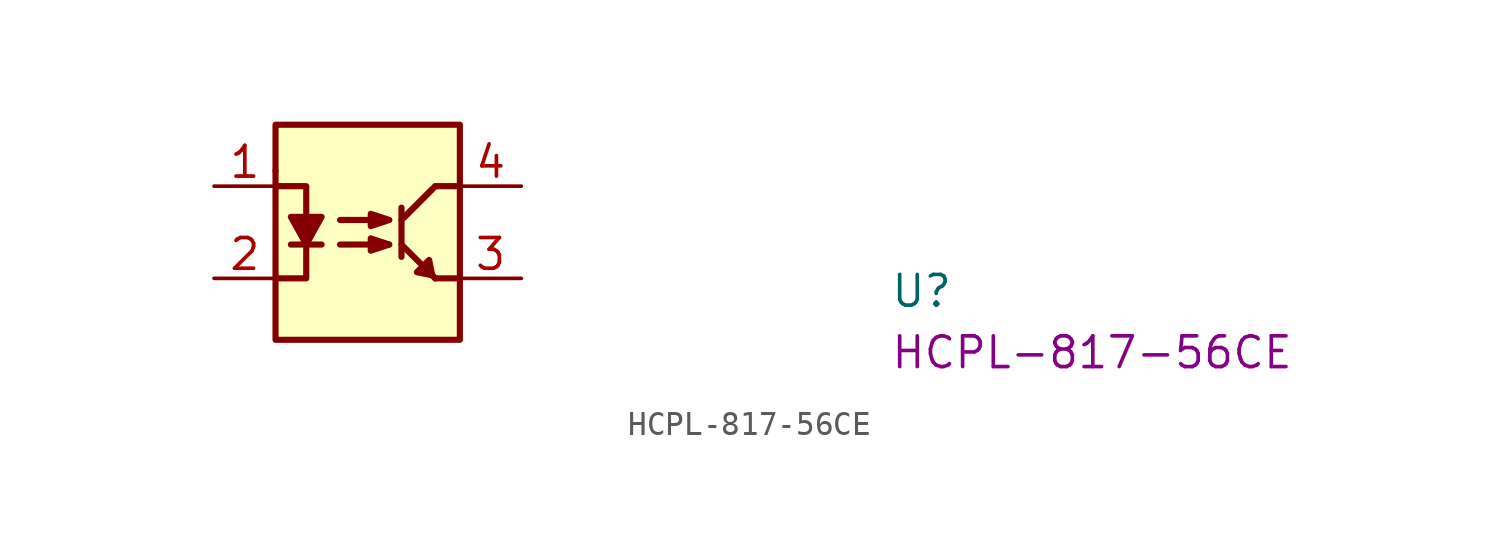
<source format=kicad_sym>
(kicad_symbol_lib
  (version 20220914)
  (generator kicad_symbol_editor)
  (symbol "HCPL-817-56CE"
    (property "Reference" "U"
      (at 27.94 -5.08 0)
      (effects (font (size 1.27 1.27) (thickness 0.15)) (justify left bottom)))
    (property "MPN" "HCPL-817-56CE"
      (at 27.94 -7.62 0)
      (effects (font (size 1.27 1.27) (thickness 0.15)) (justify left bottom)))
    (symbol "HCPL-817-56CE_1_1"
      (polyline (pts (xy 3.175 -2.413) (xy 4.445 -2.413)) (stroke (width 0.254) (type default)) (fill (type background)))
      (polyline (pts (xy 5.207 -2.413) (xy 7.239 -2.413)) (stroke (width 0.254) (type default)) (fill (type background)))
      (polyline (pts (xy 5.207 -1.397) (xy 7.239 -1.397)) (stroke (width 0.254) (type default)) (fill (type background)))
      (polyline (pts (xy 7.747 -0.889) (xy 7.747 -2.921)) (stroke (width 0.254) (type default)) (fill (type background)))
      (polyline (pts (xy 9.017 -3.683) (xy 7.747 -2.413)) (stroke (width 0.254) (type default)) (fill (type background)))
      (polyline (pts (xy 9.017 -0.127) (xy 7.747 -1.397)) (stroke (width 0.254) (type default)) (fill (type background)))
      (polyline (pts (xy 9.144 -3.81) (xy 8.89 -3.556)) (stroke (width 0.254) (type default)) (fill (type background)))
      (polyline (pts (xy 9.144 -3.81) (xy 8.89 -3.556)) (stroke (width 0.254) (type default)) (fill (type background)))
      (polyline (pts (xy 9.144 0) (xy 7.874 -1.27)) (stroke (width 0.254) (type default)) (fill (type background)))
      (polyline (pts (xy 10.16 -3.81) (xy 9.144 -3.81)) (stroke (width 0.254) (type default)) (fill (type background)))
      (polyline (pts (xy 10.16 0) (xy 9.144 0)) (stroke (width 0.254) (type default)) (fill (type background)))
      (polyline (pts (xy 2.54 -3.81) (xy 3.81 -3.81) (xy 3.81 -2.54)) (stroke (width 0.254) (type default)) (fill (type background)))
      (polyline (pts (xy 2.54 0) (xy 3.81 0) (xy 3.81 -1.27)) (stroke (width 0.254) (type default)) (fill (type background)))
      (polyline (pts (xy 3.175 -1.27) (xy 4.445 -1.27) (xy 3.81 -2.413) (xy 3.175 -1.27)) (stroke (width 0.254) (type default)) (fill (type outline)))
      (polyline (pts (xy 6.477 -2.159) (xy 6.477 -2.159) (xy 6.477 -2.667) (xy 7.239 -2.413) (xy 6.477 -2.159) (xy 6.477 -2.159)) (stroke (width 0.254) (type default)) (fill (type background)))
      (polyline (pts (xy 6.477 -1.143) (xy 6.477 -1.143) (xy 6.477 -1.651) (xy 7.239 -1.397) (xy 6.477 -1.143) (xy 6.477 -1.143)) (stroke (width 0.254) (type default)) (fill (type background)))
      (polyline (pts (xy 9.017 -3.683) (xy 9.017 -3.683) (xy 8.89 -3.048) (xy 8.382 -3.556) (xy 9.017 -3.683) (xy 9.017 -3.683)) (stroke (width 0.254) (type default)) (fill (type background)))
      (rectangle (start 2.54 0.635) (end 2.54 0.635) (stroke (width 0.254) (type default)) (fill (type background)))
      (rectangle (start 2.54 2.54) (end 10.16 -6.35) (stroke (width 0.254) (type default)) (fill (type background)))
      (pin passive line (at 0 0 0) (length 2.54) (name "~" (effects (font (size 1.27 1.27)))) (number "1" (effects (font (size 1.27 1.27)))))
      (pin passive line (at 0 -3.81 0) (length 2.54) (name "~" (effects (font (size 1.27 1.27)))) (number "2" (effects (font (size 1.27 1.27)))))
      (pin passive line (at 12.7 -3.81 180) (length 2.54) (name "~" (effects (font (size 1.27 1.27)))) (number "3" (effects (font (size 1.27 1.27)))))
      (pin passive line (at 12.7 0 180) (length 2.54) (name "~" (effects (font (size 1.27 1.27)))) (number "4" (effects (font (size 1.27 1.27))))))))
</source>
